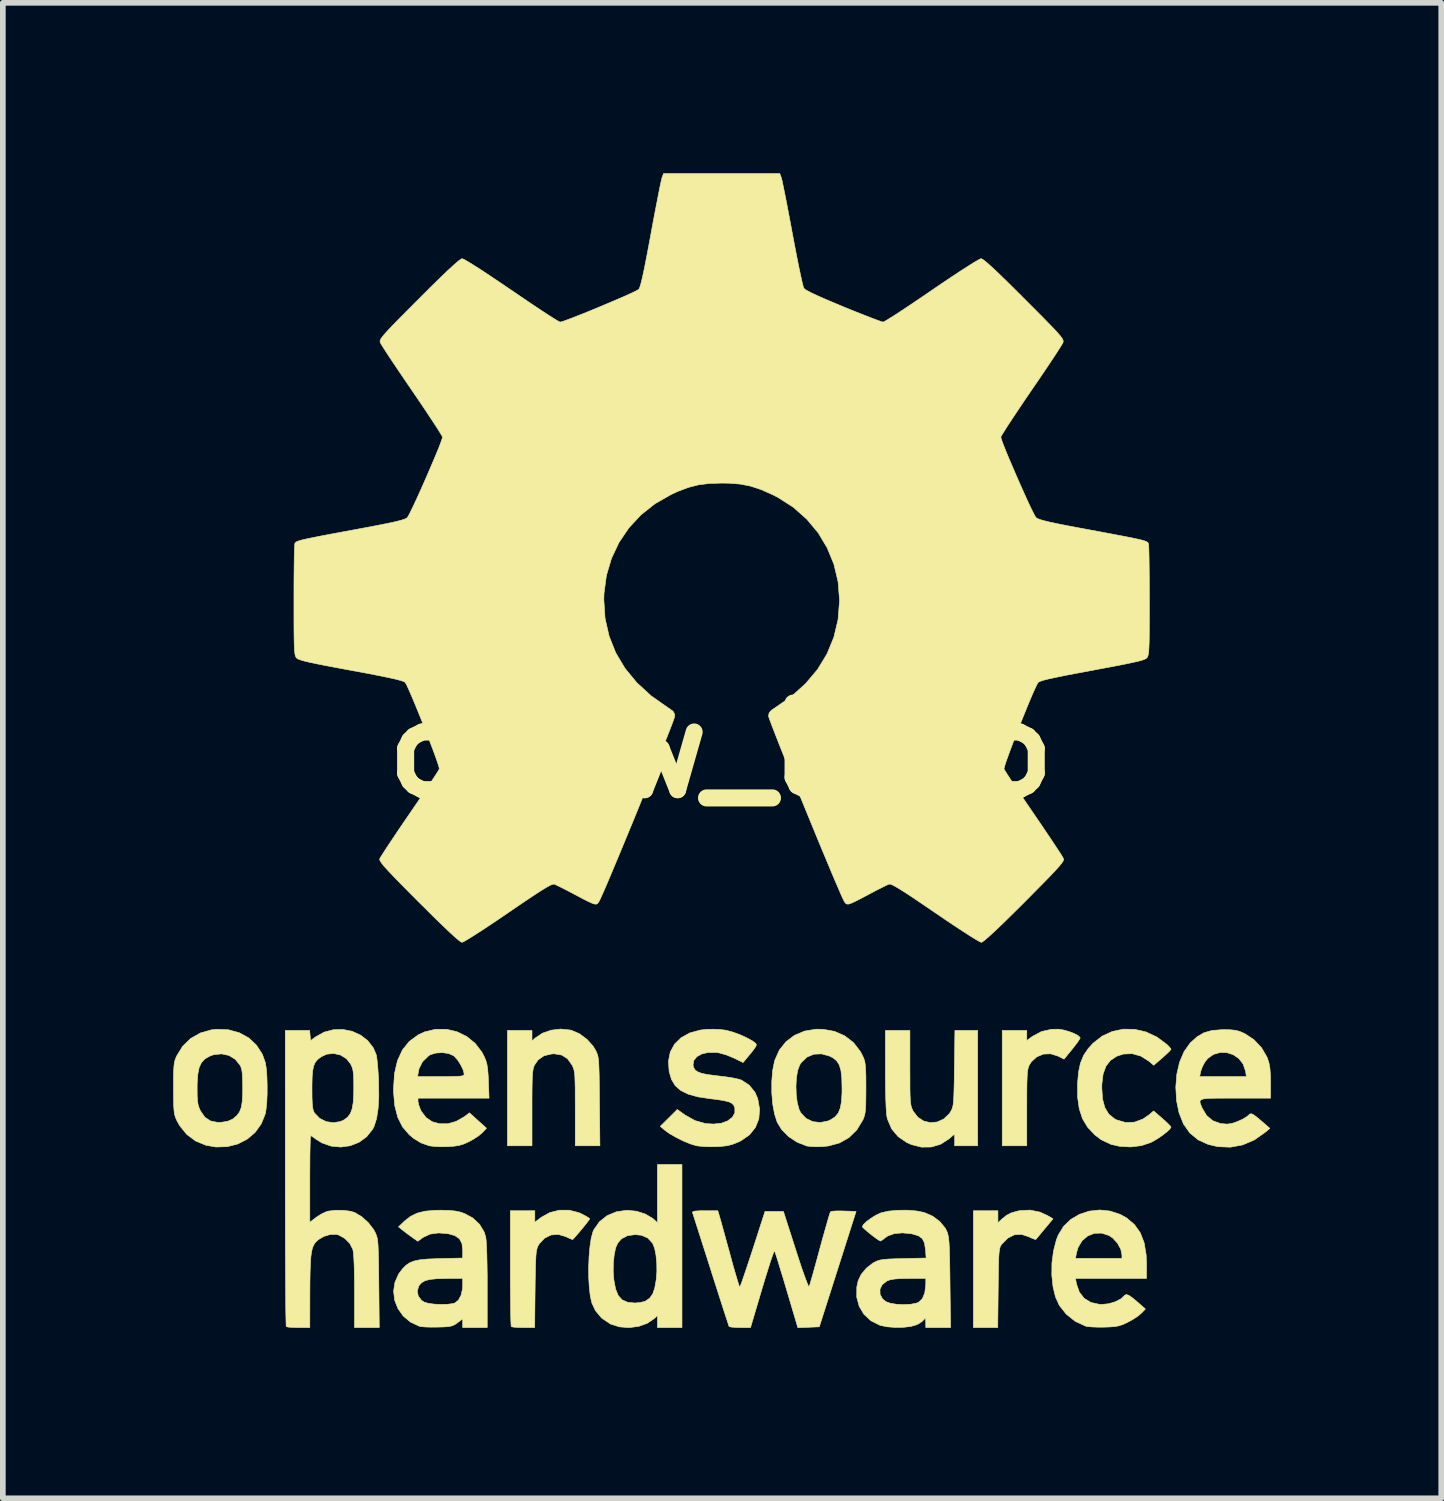
<source format=kicad_pcb>
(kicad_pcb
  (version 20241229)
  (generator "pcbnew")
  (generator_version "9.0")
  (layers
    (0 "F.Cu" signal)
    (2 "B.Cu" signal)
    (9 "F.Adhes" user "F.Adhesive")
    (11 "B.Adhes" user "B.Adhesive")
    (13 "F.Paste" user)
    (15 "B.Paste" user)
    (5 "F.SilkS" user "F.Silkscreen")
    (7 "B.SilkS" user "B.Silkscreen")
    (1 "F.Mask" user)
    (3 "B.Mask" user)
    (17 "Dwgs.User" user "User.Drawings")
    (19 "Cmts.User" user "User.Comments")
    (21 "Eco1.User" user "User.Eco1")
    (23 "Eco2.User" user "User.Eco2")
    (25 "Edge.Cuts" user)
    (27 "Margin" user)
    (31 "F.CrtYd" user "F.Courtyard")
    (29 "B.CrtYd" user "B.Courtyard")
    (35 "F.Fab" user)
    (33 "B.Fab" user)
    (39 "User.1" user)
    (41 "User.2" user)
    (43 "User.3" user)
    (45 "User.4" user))
  (footprint "oshw_logo"
    (layer "F.Cu")
    (at 9.644 10.165)
    (property "Reference" "oshw_logo" (at 0 0 0) (layer "F.SilkS") (effects (font (size 1.524 1.524) (thickness 0.3))))
    (attr through_hole)
    (fp_poly (pts (xy 6.038 4.922) (xy 6.132 4.949) (xy 6.22 4.983) (xy 6.287 5.019) (xy 6.322 5.052) (xy 6.325 5.06) (xy 6.309 5.091) (xy 6.269 5.15) (xy 6.21 5.226) (xy 6.183 5.261) (xy 6.041 5.434) (xy 5.937 5.381) (xy 5.807 5.34) (xy 5.679 5.345) (xy 5.562 5.393) (xy 5.466 5.48) (xy 5.429 5.539) (xy 5.416 5.571) (xy 5.405 5.611) (xy 5.397 5.666) (xy 5.392 5.742) (xy 5.388 5.845) (xy 5.386 5.982) (xy 5.385 6.16) (xy 5.385 6.293) (xy 5.385 6.96) (xy 4.953 6.96) (xy 4.953 4.928) (xy 5.385 4.928) (xy 5.385 5.106) (xy 5.485 5.033) (xy 5.644 4.948) (xy 5.822 4.908) (xy 5.951 4.907) (xy 6.038 4.922)) (stroke (width 0.01) (type solid)) (fill yes) (layer "F.SilkS"))
    (fp_poly (pts (xy 5.617 8.127) (xy 5.75 8.188) (xy 5.847 8.246) (xy 5.7 8.422) (xy 5.634 8.501) (xy 5.582 8.564) (xy 5.55 8.602) (xy 5.545 8.609) (xy 5.52 8.604) (xy 5.464 8.582) (xy 5.42 8.561) (xy 5.289 8.519) (xy 5.166 8.527) (xy 5.051 8.585) (xy 4.945 8.692) (xy 4.942 8.697) (xy 4.926 8.72) (xy 4.914 8.748) (xy 4.905 8.786) (xy 4.898 8.841) (xy 4.892 8.918) (xy 4.888 9.025) (xy 4.886 9.167) (xy 4.883 9.35) (xy 4.882 9.463) (xy 4.874 10.16) (xy 4.445 10.16) (xy 4.445 8.103) (xy 4.877 8.103) (xy 4.877 8.315) (xy 4.947 8.25) (xy 5.028 8.184) (xy 5.112 8.141) (xy 5.221 8.11) (xy 5.263 8.102) (xy 5.441 8.092) (xy 5.617 8.127)) (stroke (width 0.01) (type solid)) (fill yes) (layer "F.SilkS"))
    (fp_poly (pts (xy 3.327 5.584) (xy 3.328 5.784) (xy 3.328 5.94) (xy 3.33 6.059) (xy 3.334 6.148) (xy 3.34 6.213) (xy 3.349 6.261) (xy 3.361 6.298) (xy 3.376 6.333) (xy 3.385 6.35) (xy 3.467 6.457) (xy 3.57 6.524) (xy 3.687 6.552) (xy 3.806 6.541) (xy 3.92 6.49) (xy 4.017 6.399) (xy 4.05 6.35) (xy 4.066 6.32) (xy 4.078 6.285) (xy 4.088 6.241) (xy 4.095 6.179) (xy 4.1 6.093) (xy 4.104 5.977) (xy 4.108 5.824) (xy 4.11 5.628) (xy 4.111 5.594) (xy 4.12 4.928) (xy 4.521 4.928) (xy 4.521 6.96) (xy 4.115 6.96) (xy 4.115 6.752) (xy 4.013 6.839) (xy 3.867 6.933) (xy 3.704 6.981) (xy 3.53 6.983) (xy 3.353 6.938) (xy 3.272 6.902) (xy 3.119 6.797) (xy 3.006 6.662) (xy 2.935 6.497) (xy 2.923 6.451) (xy 2.915 6.387) (xy 2.908 6.279) (xy 2.902 6.134) (xy 2.898 5.96) (xy 2.896 5.762) (xy 2.896 5.625) (xy 2.896 4.928) (xy 3.327 4.928) (xy 3.327 5.584)) (stroke (width 0.01) (type solid)) (fill yes) (layer "F.SilkS"))
    (fp_poly (pts (xy -2.671 8.094) (xy -2.5 8.138) (xy -2.445 8.163) (xy -2.374 8.201) (xy -2.325 8.231) (xy -2.311 8.245) (xy -2.326 8.27) (xy -2.366 8.322) (xy -2.42 8.39) (xy -2.481 8.464) (xy -2.539 8.532) (xy -2.585 8.584) (xy -2.611 8.61) (xy -2.613 8.611) (xy -2.641 8.6) (xy -2.699 8.575) (xy -2.735 8.558) (xy -2.865 8.52) (xy -2.991 8.53) (xy -3.104 8.585) (xy -3.197 8.683) (xy -3.22 8.721) (xy -3.233 8.751) (xy -3.244 8.792) (xy -3.253 8.848) (xy -3.259 8.927) (xy -3.264 9.035) (xy -3.267 9.178) (xy -3.271 9.362) (xy -3.272 9.481) (xy -3.28 10.16) (xy -3.477 10.16) (xy -3.573 10.158) (xy -3.648 10.153) (xy -3.689 10.145) (xy -3.691 10.143) (xy -3.695 10.115) (xy -3.699 10.041) (xy -3.702 9.928) (xy -3.704 9.78) (xy -3.706 9.604) (xy -3.708 9.404) (xy -3.708 9.187) (xy -3.708 9.114) (xy -3.708 8.103) (xy -3.277 8.103) (xy -3.277 8.305) (xy -3.162 8.218) (xy -3.013 8.135) (xy -2.846 8.094) (xy -2.671 8.094)) (stroke (width 0.01) (type solid)) (fill yes) (layer "F.SilkS"))
    (fp_poly (pts (xy -2.655 4.921) (xy -2.627 4.928) (xy -2.488 4.989) (xy -2.357 5.087) (xy -2.25 5.207) (xy -2.21 5.273) (xy -2.192 5.309) (xy -2.178 5.343) (xy -2.167 5.382) (xy -2.158 5.432) (xy -2.152 5.499) (xy -2.148 5.588) (xy -2.144 5.707) (xy -2.142 5.86) (xy -2.14 6.055) (xy -2.139 6.179) (xy -2.131 6.96) (xy -2.565 6.96) (xy -2.565 6.305) (xy -2.566 6.104) (xy -2.566 5.948) (xy -2.569 5.829) (xy -2.572 5.74) (xy -2.578 5.675) (xy -2.587 5.626) (xy -2.599 5.587) (xy -2.615 5.551) (xy -2.623 5.536) (xy -2.701 5.427) (xy -2.803 5.362) (xy -2.932 5.34) (xy -2.98 5.342) (xy -3.115 5.374) (xy -3.218 5.446) (xy -3.283 5.539) (xy -3.297 5.571) (xy -3.307 5.611) (xy -3.315 5.666) (xy -3.321 5.742) (xy -3.324 5.845) (xy -3.326 5.982) (xy -3.327 6.16) (xy -3.327 6.293) (xy -3.327 6.96) (xy -3.759 6.96) (xy -3.759 4.928) (xy -3.327 4.928) (xy -3.327 5.114) (xy -3.27 5.062) (xy -3.143 4.977) (xy -2.989 4.924) (xy -2.821 4.904) (xy -2.655 4.921)) (stroke (width 0.01) (type solid)) (fill yes) (layer "F.SilkS"))
    (fp_poly (pts (xy 7.285 4.909) (xy 7.484 4.955) (xy 7.675 5.044) (xy 7.852 5.175) (xy 7.855 5.178) (xy 7.9 5.224) (xy 7.924 5.256) (xy 7.925 5.26) (xy 7.907 5.284) (xy 7.859 5.332) (xy 7.792 5.393) (xy 7.773 5.41) (xy 7.62 5.542) (xy 7.538 5.472) (xy 7.395 5.381) (xy 7.243 5.338) (xy 7.088 5.344) (xy 6.97 5.382) (xy 6.859 5.455) (xy 6.779 5.558) (xy 6.729 5.696) (xy 6.707 5.873) (xy 6.706 5.944) (xy 6.719 6.135) (xy 6.759 6.286) (xy 6.828 6.401) (xy 6.928 6.483) (xy 6.97 6.505) (xy 7.124 6.549) (xy 7.279 6.544) (xy 7.429 6.489) (xy 7.537 6.415) (xy 7.619 6.346) (xy 7.772 6.479) (xy 7.844 6.543) (xy 7.897 6.596) (xy 7.924 6.628) (xy 7.925 6.631) (xy 7.905 6.664) (xy 7.852 6.714) (xy 7.777 6.773) (xy 7.691 6.832) (xy 7.605 6.883) (xy 7.57 6.901) (xy 7.403 6.957) (xy 7.214 6.98) (xy 7.02 6.969) (xy 6.867 6.934) (xy 6.694 6.852) (xy 6.58 6.765) (xy 6.456 6.632) (xy 6.366 6.482) (xy 6.309 6.307) (xy 6.28 6.103) (xy 6.279 5.866) (xy 6.296 5.666) (xy 6.33 5.505) (xy 6.385 5.369) (xy 6.467 5.248) (xy 6.551 5.155) (xy 6.712 5.029) (xy 6.892 4.946) (xy 7.086 4.906) (xy 7.285 4.909)) (stroke (width 0.01) (type solid)) (fill yes) (layer "F.SilkS"))
    (fp_poly (pts (xy -0.686 10.16) (xy -1.118 10.16) (xy -1.118 9.948) (xy -1.175 10.002) (xy -1.299 10.086) (xy -1.452 10.14) (xy -1.619 10.161) (xy -1.786 10.148) (xy -1.94 10.1) (xy -1.951 10.094) (xy -2.099 9.994) (xy -2.21 9.862) (xy -2.272 9.729) (xy -2.3 9.608) (xy -2.318 9.455) (xy -2.328 9.281) (xy -2.329 9.175) (xy -1.897 9.175) (xy -1.885 9.323) (xy -1.855 9.482) (xy -1.808 9.597) (xy -1.74 9.672) (xy -1.645 9.714) (xy -1.518 9.728) (xy -1.516 9.728) (xy -1.426 9.72) (xy -1.345 9.701) (xy -1.323 9.691) (xy -1.253 9.641) (xy -1.201 9.568) (xy -1.165 9.462) (xy -1.14 9.322) (xy -1.128 9.176) (xy -1.13 9.026) (xy -1.144 8.883) (xy -1.168 8.763) (xy -1.202 8.678) (xy -1.205 8.673) (xy -1.288 8.584) (xy -1.398 8.535) (xy -1.511 8.524) (xy -1.647 8.542) (xy -1.752 8.598) (xy -1.818 8.674) (xy -1.854 8.757) (xy -1.879 8.878) (xy -1.894 9.021) (xy -1.897 9.175) (xy -2.329 9.175) (xy -2.329 9.096) (xy -2.322 8.912) (xy -2.307 8.74) (xy -2.285 8.592) (xy -2.255 8.477) (xy -2.239 8.439) (xy -2.139 8.297) (xy -2.005 8.19) (xy -1.843 8.122) (xy -1.659 8.095) (xy -1.651 8.095) (xy -1.485 8.112) (xy -1.33 8.162) (xy -1.2 8.239) (xy -1.175 8.261) (xy -1.118 8.315) (xy -1.118 7.29) (xy -0.686 7.29) (xy -0.686 10.16)) (stroke (width 0.01) (type solid)) (fill yes) (layer "F.SilkS"))
    (fp_poly (pts (xy 6.852 8.109) (xy 7.031 8.168) (xy 7.142 8.229) (xy 7.281 8.347) (xy 7.384 8.492) (xy 7.452 8.668) (xy 7.487 8.88) (xy 7.493 9.03) (xy 7.493 9.296) (xy 6.243 9.296) (xy 6.26 9.392) (xy 6.31 9.535) (xy 6.395 9.645) (xy 6.514 9.718) (xy 6.662 9.751) (xy 6.711 9.753) (xy 6.831 9.74) (xy 6.947 9.705) (xy 7.042 9.655) (xy 7.083 9.618) (xy 7.111 9.59) (xy 7.14 9.579) (xy 7.178 9.591) (xy 7.233 9.627) (xy 7.312 9.692) (xy 7.381 9.752) (xy 7.474 9.833) (xy 7.401 9.909) (xy 7.34 9.96) (xy 7.252 10.017) (xy 7.164 10.066) (xy 7.081 10.105) (xy 7.01 10.129) (xy 6.934 10.143) (xy 6.836 10.15) (xy 6.744 10.153) (xy 6.629 10.153) (xy 6.526 10.149) (xy 6.451 10.142) (xy 6.426 10.137) (xy 6.239 10.051) (xy 6.079 9.923) (xy 5.959 9.771) (xy 5.891 9.622) (xy 5.847 9.441) (xy 5.826 9.238) (xy 5.828 9.025) (xy 5.839 8.941) (xy 6.243 8.941) (xy 7.061 8.941) (xy 7.061 8.883) (xy 7.04 8.78) (xy 6.982 8.675) (xy 6.9 8.585) (xy 6.833 8.539) (xy 6.701 8.497) (xy 6.573 8.501) (xy 6.457 8.548) (xy 6.359 8.631) (xy 6.289 8.748) (xy 6.26 8.846) (xy 6.243 8.941) (xy 5.839 8.941) (xy 5.855 8.815) (xy 5.905 8.62) (xy 5.938 8.534) (xy 6.032 8.38) (xy 6.159 8.257) (xy 6.313 8.166) (xy 6.485 8.11) (xy 6.667 8.09) (xy 6.852 8.109)) (stroke (width 0.01) (type solid)) (fill yes) (layer "F.SilkS"))
    (fp_poly (pts (xy 1.792 4.908) (xy 1.998 4.944) (xy 2.18 5.024) (xy 2.334 5.143) (xy 2.456 5.301) (xy 2.498 5.382) (xy 2.518 5.429) (xy 2.533 5.479) (xy 2.542 5.539) (xy 2.548 5.619) (xy 2.552 5.728) (xy 2.553 5.875) (xy 2.553 5.944) (xy 2.552 6.108) (xy 2.55 6.231) (xy 2.545 6.321) (xy 2.537 6.387) (xy 2.524 6.44) (xy 2.507 6.487) (xy 2.498 6.506) (xy 2.392 6.68) (xy 2.254 6.815) (xy 2.086 6.91) (xy 1.89 6.963) (xy 1.786 6.974) (xy 1.679 6.976) (xy 1.583 6.972) (xy 1.516 6.964) (xy 1.511 6.963) (xy 1.342 6.897) (xy 1.19 6.797) (xy 1.067 6.671) (xy 0.99 6.544) (xy 0.944 6.401) (xy 0.912 6.225) (xy 0.895 6.029) (xy 0.895 5.906) (xy 1.321 5.906) (xy 1.326 6.059) (xy 1.344 6.201) (xy 1.376 6.319) (xy 1.406 6.38) (xy 1.498 6.477) (xy 1.616 6.534) (xy 1.748 6.55) (xy 1.884 6.523) (xy 1.933 6.501) (xy 2.009 6.451) (xy 2.064 6.386) (xy 2.101 6.298) (xy 2.123 6.179) (xy 2.132 6.021) (xy 2.132 5.944) (xy 2.128 5.768) (xy 2.113 5.635) (xy 2.084 5.536) (xy 2.037 5.463) (xy 1.971 5.41) (xy 1.915 5.381) (xy 1.771 5.341) (xy 1.635 5.347) (xy 1.515 5.398) (xy 1.416 5.492) (xy 1.388 5.534) (xy 1.352 5.629) (xy 1.33 5.758) (xy 1.321 5.906) (xy 0.895 5.906) (xy 0.895 5.828) (xy 0.91 5.639) (xy 0.942 5.475) (xy 0.949 5.452) (xy 1.029 5.273) (xy 1.147 5.126) (xy 1.296 5.014) (xy 1.473 4.94) (xy 1.673 4.907) (xy 1.792 4.908)) (stroke (width 0.01) (type solid)) (fill yes) (layer "F.SilkS"))
    (fp_poly (pts (xy -4.832 4.908) (xy -4.646 4.952) (xy -4.475 5.036) (xy -4.326 5.158) (xy -4.207 5.314) (xy -4.17 5.385) (xy -4.14 5.456) (xy -4.12 5.527) (xy -4.107 5.612) (xy -4.098 5.724) (xy -4.094 5.823) (xy -4.083 6.121) (xy -5.334 6.121) (xy -5.334 6.18) (xy -5.323 6.236) (xy -5.294 6.314) (xy -5.277 6.35) (xy -5.194 6.461) (xy -5.084 6.536) (xy -4.953 6.572) (xy -4.81 6.571) (xy -4.662 6.53) (xy -4.519 6.448) (xy -4.508 6.44) (xy -4.428 6.379) (xy -4.278 6.515) (xy -4.128 6.65) (xy -4.203 6.73) (xy -4.267 6.784) (xy -4.357 6.843) (xy -4.438 6.888) (xy -4.53 6.929) (xy -4.614 6.954) (xy -4.711 6.968) (xy -4.819 6.975) (xy -4.934 6.976) (xy -5.041 6.971) (xy -5.123 6.962) (xy -5.138 6.959) (xy -5.283 6.908) (xy -5.415 6.826) (xy -5.49 6.763) (xy -5.607 6.626) (xy -5.691 6.457) (xy -5.744 6.251) (xy -5.765 6.008) (xy -5.765 5.952) (xy -5.751 5.74) (xy -5.341 5.74) (xy -4.931 5.74) (xy -4.778 5.74) (xy -4.668 5.738) (xy -4.595 5.734) (xy -4.551 5.728) (xy -4.529 5.717) (xy -4.522 5.702) (xy -4.521 5.695) (xy -4.537 5.627) (xy -4.578 5.541) (xy -4.632 5.455) (xy -4.69 5.388) (xy -4.707 5.374) (xy -4.795 5.335) (xy -4.907 5.319) (xy -5.022 5.327) (xy -5.12 5.357) (xy -5.146 5.374) (xy -5.254 5.479) (xy -5.315 5.599) (xy -5.325 5.646) (xy -5.341 5.74) (xy -5.751 5.74) (xy -5.748 5.689) (xy -5.696 5.462) (xy -5.609 5.273) (xy -5.487 5.121) (xy -5.331 5.007) (xy -5.218 4.954) (xy -5.025 4.908) (xy -4.832 4.908)) (stroke (width 0.01) (type solid)) (fill yes) (layer "F.SilkS"))
    (fp_poly (pts (xy -8.671 4.917) (xy -8.481 4.969) (xy -8.315 5.06) (xy -8.179 5.187) (xy -8.076 5.346) (xy -8.022 5.494) (xy -8.006 5.593) (xy -7.995 5.729) (xy -7.99 5.885) (xy -7.99 6.046) (xy -7.997 6.198) (xy -8.01 6.325) (xy -8.022 6.394) (xy -8.093 6.572) (xy -8.201 6.723) (xy -8.342 6.843) (xy -8.508 6.928) (xy -8.693 6.975) (xy -8.892 6.981) (xy -9.069 6.95) (xy -9.249 6.876) (xy -9.405 6.76) (xy -9.53 6.606) (xy -9.586 6.504) (xy -9.605 6.457) (xy -9.62 6.407) (xy -9.629 6.346) (xy -9.635 6.265) (xy -9.638 6.154) (xy -9.639 6.005) (xy -9.639 5.947) (xy -9.223 5.947) (xy -9.222 6.078) (xy -9.216 6.171) (xy -9.205 6.241) (xy -9.185 6.3) (xy -9.165 6.344) (xy -9.088 6.455) (xy -8.989 6.522) (xy -8.863 6.548) (xy -8.794 6.546) (xy -8.683 6.527) (xy -8.598 6.49) (xy -8.59 6.485) (xy -8.524 6.428) (xy -8.477 6.365) (xy -8.446 6.286) (xy -8.429 6.182) (xy -8.421 6.043) (xy -8.42 5.944) (xy -8.422 5.799) (xy -8.427 5.695) (xy -8.437 5.622) (xy -8.453 5.569) (xy -8.464 5.546) (xy -8.55 5.438) (xy -8.662 5.369) (xy -8.793 5.341) (xy -8.933 5.356) (xy -9.001 5.381) (xy -9.085 5.429) (xy -9.146 5.493) (xy -9.187 5.58) (xy -9.211 5.699) (xy -9.222 5.856) (xy -9.223 5.947) (xy -9.639 5.947) (xy -9.639 5.944) (xy -9.639 5.779) (xy -9.637 5.657) (xy -9.632 5.566) (xy -9.624 5.5) (xy -9.611 5.447) (xy -9.593 5.4) (xy -9.585 5.382) (xy -9.479 5.208) (xy -9.338 5.071) (xy -9.168 4.974) (xy -8.972 4.918) (xy -8.879 4.908) (xy -8.671 4.917)) (stroke (width 0.01) (type solid)) (fill yes) (layer "F.SilkS"))
    (fp_poly (pts (xy 8.971 4.917) (xy 9.057 4.926) (xy 9.13 4.944) (xy 9.206 4.977) (xy 9.226 4.986) (xy 9.384 5.091) (xy 9.517 5.231) (xy 9.613 5.395) (xy 9.626 5.426) (xy 9.651 5.509) (xy 9.667 5.599) (xy 9.675 5.713) (xy 9.677 5.843) (xy 9.677 6.121) (xy 9.055 6.121) (xy 8.855 6.121) (xy 8.701 6.122) (xy 8.588 6.125) (xy 8.509 6.132) (xy 8.461 6.145) (xy 8.438 6.164) (xy 8.434 6.192) (xy 8.446 6.23) (xy 8.466 6.28) (xy 8.472 6.294) (xy 8.551 6.426) (xy 8.659 6.518) (xy 8.797 6.568) (xy 8.915 6.578) (xy 8.996 6.566) (xy 9.094 6.533) (xy 9.191 6.489) (xy 9.267 6.442) (xy 9.293 6.418) (xy 9.315 6.399) (xy 9.342 6.396) (xy 9.381 6.415) (xy 9.44 6.459) (xy 9.526 6.532) (xy 9.563 6.564) (xy 9.665 6.653) (xy 9.588 6.718) (xy 9.394 6.855) (xy 9.187 6.944) (xy 8.969 6.984) (xy 8.747 6.975) (xy 8.578 6.935) (xy 8.401 6.854) (xy 8.256 6.734) (xy 8.144 6.575) (xy 8.066 6.378) (xy 8.023 6.169) (xy 8.009 5.928) (xy 8.024 5.74) (xy 8.429 5.74) (xy 9.252 5.74) (xy 9.237 5.646) (xy 9.195 5.521) (xy 9.119 5.423) (xy 9.019 5.355) (xy 8.905 5.319) (xy 8.786 5.317) (xy 8.671 5.351) (xy 8.571 5.423) (xy 8.522 5.484) (xy 8.479 5.564) (xy 8.449 5.644) (xy 8.446 5.658) (xy 8.429 5.74) (xy 8.024 5.74) (xy 8.027 5.698) (xy 8.076 5.487) (xy 8.154 5.303) (xy 8.258 5.155) (xy 8.27 5.142) (xy 8.387 5.038) (xy 8.506 4.969) (xy 8.642 4.93) (xy 8.808 4.916) (xy 8.852 4.915) (xy 8.971 4.917)) (stroke (width 0.01) (type solid)) (fill yes) (layer "F.SilkS"))
    (fp_poly (pts (xy -4.785 8.098) (xy -4.678 8.108) (xy -4.588 8.127) (xy -4.516 8.152) (xy -4.369 8.231) (xy -4.25 8.343) (xy -4.169 8.477) (xy -4.142 8.563) (xy -4.134 8.625) (xy -4.128 8.731) (xy -4.122 8.874) (xy -4.118 9.048) (xy -4.115 9.245) (xy -4.115 9.425) (xy -4.115 10.16) (xy -4.547 10.16) (xy -4.547 10.005) (xy -4.639 10.076) (xy -4.686 10.108) (xy -4.731 10.129) (xy -4.789 10.142) (xy -4.871 10.149) (xy -4.988 10.152) (xy -5.105 10.153) (xy -5.208 10.15) (xy -5.283 10.143) (xy -5.309 10.138) (xy -5.468 10.063) (xy -5.595 9.956) (xy -5.688 9.825) (xy -5.745 9.679) (xy -5.763 9.523) (xy -5.763 9.518) (xy -5.347 9.518) (xy -5.329 9.607) (xy -5.271 9.682) (xy -5.225 9.712) (xy -5.151 9.734) (xy -5.045 9.748) (xy -4.925 9.753) (xy -4.809 9.75) (xy -4.715 9.737) (xy -4.687 9.728) (xy -4.623 9.679) (xy -4.575 9.59) (xy -4.55 9.474) (xy -4.547 9.412) (xy -4.547 9.296) (xy -4.831 9.296) (xy -4.997 9.3) (xy -5.121 9.312) (xy -5.21 9.335) (xy -5.272 9.371) (xy -5.316 9.421) (xy -5.32 9.428) (xy -5.347 9.518) (xy -5.763 9.518) (xy -5.741 9.367) (xy -5.676 9.218) (xy -5.604 9.122) (xy -5.544 9.063) (xy -5.479 9.019) (xy -5.401 8.988) (xy -5.301 8.967) (xy -5.17 8.954) (xy -5 8.947) (xy -4.947 8.945) (xy -4.547 8.936) (xy -4.547 8.8) (xy -4.56 8.681) (xy -4.604 8.597) (xy -4.685 8.541) (xy -4.801 8.508) (xy -4.971 8.494) (xy -5.122 8.515) (xy -5.244 8.572) (xy -5.253 8.578) (xy -5.337 8.641) (xy -5.431 8.575) (xy -5.51 8.518) (xy -5.587 8.459) (xy -5.601 8.448) (xy -5.677 8.387) (xy -5.571 8.285) (xy -5.467 8.203) (xy -5.35 8.146) (xy -5.21 8.111) (xy -5.037 8.096) (xy -4.928 8.094) (xy -4.785 8.098)) (stroke (width 0.01) (type solid)) (fill yes) (layer "F.SilkS"))
    (fp_poly (pts (xy -0.006 4.913) (xy 0.088 4.925) (xy 0.201 4.955) (xy 0.329 5.001) (xy 0.453 5.057) (xy 0.556 5.114) (xy 0.594 5.141) (xy 0.615 5.16) (xy 0.624 5.178) (xy 0.617 5.205) (xy 0.59 5.247) (xy 0.539 5.313) (xy 0.459 5.41) (xy 0.451 5.42) (xy 0.39 5.494) (xy 0.225 5.413) (xy 0.096 5.36) (xy -0.032 5.324) (xy -0.084 5.316) (xy -0.222 5.316) (xy -0.337 5.342) (xy -0.425 5.391) (xy -0.478 5.458) (xy -0.491 5.538) (xy -0.481 5.58) (xy -0.456 5.623) (xy -0.413 5.656) (xy -0.345 5.683) (xy -0.244 5.704) (xy -0.103 5.723) (xy -0.032 5.731) (xy 0.097 5.747) (xy 0.215 5.766) (xy 0.31 5.786) (xy 0.364 5.804) (xy 0.498 5.893) (xy 0.598 6.015) (xy 0.648 6.129) (xy 0.681 6.316) (xy 0.667 6.486) (xy 0.607 6.637) (xy 0.503 6.766) (xy 0.354 6.87) (xy 0.301 6.896) (xy 0.204 6.934) (xy 0.112 6.958) (xy 0.003 6.97) (xy -0.088 6.975) (xy -0.207 6.976) (xy -0.321 6.971) (xy -0.411 6.962) (xy -0.43 6.959) (xy -0.536 6.927) (xy -0.663 6.875) (xy -0.793 6.81) (xy -0.909 6.743) (xy -0.985 6.688) (xy -1.068 6.617) (xy -0.918 6.468) (xy -0.769 6.32) (xy -0.638 6.414) (xy -0.46 6.515) (xy -0.272 6.568) (xy -0.129 6.577) (xy 0.008 6.562) (xy 0.121 6.52) (xy 0.202 6.457) (xy 0.245 6.379) (xy 0.245 6.292) (xy 0.226 6.246) (xy 0.192 6.211) (xy 0.134 6.184) (xy 0.045 6.163) (xy -0.082 6.143) (xy -0.188 6.131) (xy -0.404 6.098) (xy -0.576 6.051) (xy -0.708 5.986) (xy -0.805 5.901) (xy -0.871 5.791) (xy -0.911 5.654) (xy -0.912 5.651) (xy -0.924 5.469) (xy -0.892 5.308) (xy -0.816 5.169) (xy -0.702 5.057) (xy -0.55 4.973) (xy -0.364 4.922) (xy -0.254 4.909) (xy -0.133 4.907) (xy -0.006 4.913)) (stroke (width 0.01) (type solid)) (fill yes) (layer "F.SilkS"))
    (fp_poly (pts (xy -0.017 8.231) (xy 0.001 8.294) (xy 0.029 8.396) (xy 0.066 8.529) (xy 0.108 8.683) (xy 0.154 8.848) (xy 0.169 8.904) (xy 0.212 9.062) (xy 0.252 9.201) (xy 0.286 9.316) (xy 0.312 9.399) (xy 0.327 9.443) (xy 0.331 9.449) (xy 0.342 9.426) (xy 0.367 9.36) (xy 0.402 9.259) (xy 0.447 9.127) (xy 0.498 8.972) (xy 0.555 8.8) (xy 0.561 8.782) (xy 0.776 8.115) (xy 1.1 8.115) (xy 1.318 8.794) (xy 1.374 8.968) (xy 1.426 9.124) (xy 1.472 9.254) (xy 1.51 9.355) (xy 1.537 9.42) (xy 1.551 9.443) (xy 1.552 9.442) (xy 1.563 9.41) (xy 1.585 9.336) (xy 1.617 9.226) (xy 1.655 9.088) (xy 1.699 8.928) (xy 1.74 8.776) (xy 1.787 8.604) (xy 1.831 8.448) (xy 1.869 8.315) (xy 1.899 8.211) (xy 1.92 8.144) (xy 1.93 8.121) (xy 1.962 8.112) (xy 2.032 8.107) (xy 2.126 8.107) (xy 2.164 8.108) (xy 2.38 8.115) (xy 2.056 9.131) (xy 1.732 10.147) (xy 1.543 10.155) (xy 1.354 10.162) (xy 1.156 9.494) (xy 1.104 9.318) (xy 1.055 9.159) (xy 1.013 9.021) (xy 0.979 8.913) (xy 0.955 8.84) (xy 0.943 8.809) (xy 0.943 8.809) (xy 0.932 8.828) (xy 0.909 8.889) (xy 0.875 8.987) (xy 0.834 9.117) (xy 0.786 9.271) (xy 0.733 9.444) (xy 0.724 9.475) (xy 0.521 10.16) (xy 0.338 10.16) (xy 0.247 10.157) (xy 0.178 10.151) (xy 0.145 10.142) (xy 0.144 10.141) (xy 0.134 10.113) (xy 0.111 10.043) (xy 0.075 9.934) (xy 0.029 9.792) (xy -0.025 9.623) (xy -0.086 9.432) (xy -0.153 9.224) (xy -0.178 9.144) (xy -0.246 8.93) (xy -0.31 8.731) (xy -0.367 8.552) (xy -0.416 8.398) (xy -0.456 8.274) (xy -0.484 8.186) (xy -0.499 8.14) (xy -0.501 8.134) (xy -0.494 8.119) (xy -0.454 8.109) (xy -0.375 8.104) (xy -0.284 8.103) (xy -0.055 8.103) (xy -0.017 8.231)) (stroke (width 0.01) (type solid)) (fill yes) (layer "F.SilkS"))
    (fp_poly (pts (xy 3.443 8.107) (xy 3.579 8.134) (xy 3.582 8.135) (xy 3.728 8.199) (xy 3.855 8.295) (xy 3.95 8.41) (xy 3.977 8.464) (xy 3.991 8.5) (xy 4.001 8.543) (xy 4.01 8.599) (xy 4.017 8.673) (xy 4.022 8.773) (xy 4.026 8.903) (xy 4.029 9.071) (xy 4.032 9.281) (xy 4.033 9.366) (xy 4.043 10.16) (xy 3.607 10.16) (xy 3.606 10.065) (xy 3.603 10.007) (xy 3.595 9.994) (xy 3.578 10.016) (xy 3.539 10.055) (xy 3.473 10.098) (xy 3.445 10.111) (xy 3.346 10.14) (xy 3.214 10.156) (xy 3.07 10.158) (xy 2.929 10.147) (xy 2.81 10.123) (xy 2.795 10.118) (xy 2.639 10.039) (xy 2.518 9.926) (xy 2.434 9.786) (xy 2.391 9.625) (xy 2.392 9.486) (xy 2.8 9.486) (xy 2.802 9.574) (xy 2.845 9.655) (xy 2.903 9.703) (xy 2.981 9.732) (xy 3.092 9.75) (xy 3.217 9.756) (xy 3.338 9.75) (xy 3.44 9.731) (xy 3.48 9.715) (xy 3.546 9.653) (xy 3.589 9.55) (xy 3.606 9.412) (xy 3.607 9.392) (xy 3.607 9.296) (xy 3.308 9.296) (xy 3.165 9.298) (xy 3.062 9.305) (xy 2.987 9.317) (xy 2.931 9.336) (xy 2.921 9.341) (xy 2.84 9.405) (xy 2.8 9.486) (xy 2.392 9.486) (xy 2.392 9.448) (xy 2.415 9.34) (xy 2.469 9.225) (xy 2.56 9.115) (xy 2.675 9.025) (xy 2.703 9.01) (xy 2.748 8.988) (xy 2.798 8.972) (xy 2.861 8.962) (xy 2.948 8.954) (xy 3.068 8.949) (xy 3.21 8.945) (xy 3.613 8.936) (xy 3.602 8.785) (xy 3.584 8.67) (xy 3.545 8.593) (xy 3.475 8.543) (xy 3.365 8.511) (xy 3.353 8.508) (xy 3.195 8.493) (xy 3.053 8.506) (xy 2.938 8.547) (xy 2.897 8.575) (xy 2.846 8.615) (xy 2.811 8.635) (xy 2.807 8.636) (xy 2.778 8.621) (xy 2.723 8.583) (xy 2.655 8.532) (xy 2.586 8.476) (xy 2.528 8.426) (xy 2.494 8.392) (xy 2.489 8.383) (xy 2.51 8.345) (xy 2.564 8.293) (xy 2.64 8.237) (xy 2.724 8.184) (xy 2.805 8.146) (xy 2.822 8.139) (xy 2.951 8.11) (xy 3.11 8.095) (xy 3.281 8.094) (xy 3.443 8.107)) (stroke (width 0.01) (type solid)) (fill yes) (layer "F.SilkS"))
    (fp_poly (pts (xy -6.496 4.943) (xy -6.347 5.01) (xy -6.22 5.107) (xy -6.121 5.235) (xy -6.069 5.357) (xy -6.059 5.415) (xy -6.048 5.512) (xy -6.038 5.636) (xy -6.03 5.774) (xy -6.028 5.817) (xy -6.024 6.082) (xy -6.036 6.301) (xy -6.063 6.479) (xy -6.107 6.617) (xy -6.134 6.67) (xy -6.239 6.801) (xy -6.373 6.898) (xy -6.528 6.959) (xy -6.694 6.982) (xy -6.862 6.966) (xy -7.023 6.91) (xy -7.128 6.845) (xy -7.183 6.805) (xy -7.219 6.783) (xy -7.225 6.782) (xy -7.228 6.806) (xy -7.231 6.875) (xy -7.234 6.982) (xy -7.237 7.122) (xy -7.238 7.287) (xy -7.239 7.473) (xy -7.239 7.544) (xy -7.239 8.305) (xy -7.124 8.218) (xy -7.041 8.164) (xy -6.955 8.123) (xy -6.915 8.11) (xy -6.787 8.095) (xy -6.65 8.096) (xy -6.524 8.112) (xy -6.448 8.135) (xy -6.327 8.207) (xy -6.211 8.311) (xy -6.117 8.432) (xy -6.091 8.479) (xy -6.075 8.514) (xy -6.061 8.55) (xy -6.051 8.591) (xy -6.043 8.645) (xy -6.037 8.718) (xy -6.033 8.815) (xy -6.03 8.943) (xy -6.027 9.108) (xy -6.025 9.315) (xy -6.024 9.379) (xy -6.016 10.16) (xy -6.452 10.16) (xy -6.452 9.522) (xy -6.453 9.282) (xy -6.457 9.086) (xy -6.464 8.935) (xy -6.473 8.831) (xy -6.481 8.784) (xy -6.536 8.678) (xy -6.625 8.589) (xy -6.732 8.53) (xy -6.772 8.52) (xy -6.877 8.521) (xy -6.991 8.555) (xy -7.092 8.614) (xy -7.144 8.665) (xy -7.171 8.708) (xy -7.193 8.761) (xy -7.209 8.83) (xy -7.221 8.92) (xy -7.229 9.038) (xy -7.234 9.19) (xy -7.237 9.383) (xy -7.238 9.557) (xy -7.239 10.16) (xy -7.438 10.16) (xy -7.534 10.158) (xy -7.61 10.153) (xy -7.651 10.145) (xy -7.654 10.143) (xy -7.656 10.116) (xy -7.658 10.041) (xy -7.661 9.923) (xy -7.663 9.763) (xy -7.664 9.567) (xy -7.666 9.336) (xy -7.667 9.076) (xy -7.669 8.788) (xy -7.67 8.476) (xy -7.67 8.144) (xy -7.671 7.796) (xy -7.671 7.527) (xy -7.671 5.957) (xy -7.201 5.957) (xy -7.2 6.105) (xy -7.196 6.212) (xy -7.189 6.286) (xy -7.178 6.337) (xy -7.161 6.375) (xy -7.155 6.384) (xy -7.066 6.476) (xy -6.952 6.534) (xy -6.824 6.553) (xy -6.698 6.532) (xy -6.634 6.502) (xy -6.57 6.453) (xy -6.524 6.39) (xy -6.493 6.306) (xy -6.474 6.192) (xy -6.466 6.039) (xy -6.465 5.944) (xy -6.466 5.804) (xy -6.47 5.704) (xy -6.479 5.631) (xy -6.494 5.576) (xy -6.517 5.525) (xy -6.517 5.524) (xy -6.594 5.426) (xy -6.699 5.361) (xy -6.82 5.334) (xy -6.943 5.347) (xy -7.038 5.392) (xy -7.098 5.437) (xy -7.141 5.487) (xy -7.17 5.55) (xy -7.188 5.635) (xy -7.198 5.751) (xy -7.201 5.906) (xy -7.201 5.957) (xy -7.671 5.957) (xy -7.671 4.928) (xy -7.242 4.928) (xy -7.234 5.018) (xy -7.226 5.108) (xy -7.14 5.044) (xy -6.988 4.959) (xy -6.825 4.916) (xy -6.658 4.911) (xy -6.496 4.943)) (stroke (width 0.01) (type solid)) (fill yes) (layer "F.SilkS"))
    (fp_poly (pts (xy 1.062 -10.09) (xy 1.073 -10.05) (xy 1.091 -9.965) (xy 1.116 -9.843) (xy 1.147 -9.689) (xy 1.181 -9.51) (xy 1.219 -9.311) (xy 1.257 -9.106) (xy 1.297 -8.895) (xy 1.335 -8.698) (xy 1.37 -8.522) (xy 1.402 -8.371) (xy 1.428 -8.253) (xy 1.448 -8.174) (xy 1.46 -8.138) (xy 1.498 -8.109) (xy 1.583 -8.063) (xy 1.716 -8.001) (xy 1.897 -7.922) (xy 2.126 -7.826) (xy 2.154 -7.814) (xy 2.327 -7.744) (xy 2.487 -7.68) (xy 2.625 -7.626) (xy 2.737 -7.584) (xy 2.815 -7.555) (xy 2.854 -7.544) (xy 2.856 -7.544) (xy 2.886 -7.558) (xy 2.952 -7.598) (xy 3.051 -7.66) (xy 3.177 -7.742) (xy 3.326 -7.841) (xy 3.492 -7.953) (xy 3.672 -8.075) (xy 3.712 -8.103) (xy 3.896 -8.228) (xy 4.067 -8.343) (xy 4.222 -8.445) (xy 4.356 -8.531) (xy 4.463 -8.598) (xy 4.539 -8.642) (xy 4.578 -8.661) (xy 4.581 -8.661) (xy 4.611 -8.647) (xy 4.667 -8.604) (xy 4.751 -8.53) (xy 4.865 -8.424) (xy 5.009 -8.285) (xy 5.185 -8.111) (xy 5.342 -7.954) (xy 5.52 -7.776) (xy 5.665 -7.63) (xy 5.78 -7.512) (xy 5.869 -7.42) (xy 5.934 -7.349) (xy 5.98 -7.295) (xy 6.008 -7.256) (xy 6.023 -7.227) (xy 6.027 -7.205) (xy 6.024 -7.187) (xy 6.022 -7.182) (xy 6.002 -7.146) (xy 5.957 -7.074) (xy 5.89 -6.97) (xy 5.804 -6.84) (xy 5.702 -6.688) (xy 5.589 -6.521) (xy 5.466 -6.342) (xy 5.462 -6.336) (xy 5.341 -6.158) (xy 5.23 -5.993) (xy 5.131 -5.844) (xy 5.048 -5.718) (xy 4.985 -5.618) (xy 4.943 -5.551) (xy 4.928 -5.52) (xy 4.928 -5.519) (xy 4.938 -5.48) (xy 4.966 -5.402) (xy 5.009 -5.293) (xy 5.064 -5.159) (xy 5.128 -5.01) (xy 5.196 -4.851) (xy 5.267 -4.69) (xy 5.336 -4.535) (xy 5.401 -4.392) (xy 5.458 -4.27) (xy 5.505 -4.176) (xy 5.537 -4.117) (xy 5.548 -4.101) (xy 5.573 -4.085) (xy 5.616 -4.068) (xy 5.683 -4.048) (xy 5.777 -4.025) (xy 5.903 -3.998) (xy 6.067 -3.965) (xy 6.272 -3.926) (xy 6.466 -3.89) (xy 6.721 -3.843) (xy 6.931 -3.803) (xy 7.101 -3.771) (xy 7.234 -3.745) (xy 7.335 -3.723) (xy 7.409 -3.706) (xy 7.46 -3.691) (xy 7.493 -3.678) (xy 7.513 -3.666) (xy 7.524 -3.653) (xy 7.528 -3.643) (xy 7.532 -3.609) (xy 7.535 -3.53) (xy 7.538 -3.412) (xy 7.54 -3.261) (xy 7.542 -3.083) (xy 7.543 -2.883) (xy 7.544 -2.667) (xy 7.544 -2.642) (xy 7.544 -2.394) (xy 7.543 -2.192) (xy 7.542 -2.031) (xy 7.54 -1.906) (xy 7.536 -1.811) (xy 7.532 -1.743) (xy 7.525 -1.695) (xy 7.517 -1.663) (xy 7.507 -1.642) (xy 7.499 -1.631) (xy 7.48 -1.616) (xy 7.443 -1.6) (xy 7.386 -1.582) (xy 7.303 -1.562) (xy 7.19 -1.537) (xy 7.042 -1.507) (xy 6.854 -1.471) (xy 6.623 -1.428) (xy 6.541 -1.412) (xy 6.283 -1.364) (xy 6.071 -1.324) (xy 5.902 -1.289) (xy 5.773 -1.261) (xy 5.68 -1.238) (xy 5.62 -1.218) (xy 5.589 -1.203) (xy 5.586 -1.2) (xy 5.564 -1.163) (xy 5.528 -1.087) (xy 5.48 -0.979) (xy 5.424 -0.846) (xy 5.362 -0.694) (xy 5.296 -0.532) (xy 5.231 -0.365) (xy 5.167 -0.202) (xy 5.109 -0.048) (xy 5.059 0.088) (xy 5.019 0.199) (xy 4.994 0.28) (xy 4.984 0.321) (xy 4.984 0.324) (xy 5.001 0.355) (xy 5.043 0.422) (xy 5.108 0.521) (xy 5.191 0.647) (xy 5.29 0.794) (xy 5.401 0.957) (xy 5.506 1.111) (xy 5.625 1.285) (xy 5.735 1.448) (xy 5.833 1.594) (xy 5.915 1.718) (xy 5.979 1.815) (xy 6.019 1.881) (xy 6.033 1.907) (xy 6.033 1.926) (xy 6.021 1.953) (xy 5.993 1.992) (xy 5.948 2.047) (xy 5.881 2.121) (xy 5.79 2.217) (xy 5.672 2.338) (xy 5.524 2.488) (xy 5.344 2.67) (xy 5.138 2.874) (xy 4.964 3.045) (xy 4.821 3.181) (xy 4.711 3.282) (xy 4.634 3.348) (xy 4.591 3.377) (xy 4.585 3.378) (xy 4.553 3.364) (xy 4.484 3.324) (xy 4.383 3.262) (xy 4.256 3.18) (xy 4.108 3.083) (xy 3.943 2.972) (xy 3.774 2.857) (xy 3.564 2.714) (xy 3.393 2.598) (xy 3.255 2.507) (xy 3.148 2.44) (xy 3.069 2.393) (xy 3.013 2.364) (xy 2.977 2.352) (xy 2.961 2.352) (xy 2.92 2.37) (xy 2.844 2.407) (xy 2.743 2.458) (xy 2.629 2.518) (xy 2.607 2.53) (xy 2.467 2.604) (xy 2.366 2.656) (xy 2.294 2.689) (xy 2.247 2.704) (xy 2.216 2.703) (xy 2.195 2.69) (xy 2.176 2.665) (xy 2.174 2.662) (xy 2.154 2.622) (xy 2.116 2.54) (xy 2.065 2.421) (xy 2 2.271) (xy 1.925 2.093) (xy 1.842 1.893) (xy 1.751 1.676) (xy 1.656 1.445) (xy 1.558 1.206) (xy 1.459 0.964) (xy 1.36 0.723) (xy 1.265 0.488) (xy 1.175 0.264) (xy 1.091 0.055) (xy 1.016 -0.134) (xy 0.952 -0.298) (xy 0.9 -0.432) (xy 0.863 -0.531) (xy 0.842 -0.592) (xy 0.838 -0.608) (xy 0.849 -0.664) (xy 0.889 -0.71) (xy 0.933 -0.739) (xy 1.234 -0.947) (xy 1.49 -1.177) (xy 1.702 -1.429) (xy 1.868 -1.702) (xy 1.988 -1.994) (xy 2.062 -2.304) (xy 2.088 -2.632) (xy 2.088 -2.654) (xy 2.062 -2.975) (xy 1.989 -3.281) (xy 1.871 -3.568) (xy 1.712 -3.834) (xy 1.512 -4.073) (xy 1.276 -4.282) (xy 1.005 -4.456) (xy 0.905 -4.507) (xy 0.705 -4.595) (xy 0.523 -4.655) (xy 0.342 -4.691) (xy 0.142 -4.707) (xy 0.013 -4.709) (xy -0.207 -4.702) (xy -0.397 -4.678) (xy -0.576 -4.632) (xy -0.763 -4.561) (xy -0.879 -4.507) (xy -1.162 -4.345) (xy -1.41 -4.148) (xy -1.622 -3.919) (xy -1.796 -3.662) (xy -1.928 -3.381) (xy -2.017 -3.081) (xy -2.059 -2.765) (xy -2.062 -2.654) (xy -2.04 -2.325) (xy -1.969 -2.014) (xy -1.852 -1.72) (xy -1.689 -1.447) (xy -1.48 -1.193) (xy -1.227 -0.961) (xy -0.929 -0.752) (xy -0.908 -0.739) (xy -0.844 -0.692) (xy -0.817 -0.644) (xy -0.813 -0.608) (xy -0.822 -0.574) (xy -0.849 -0.498) (xy -0.892 -0.385) (xy -0.949 -0.24) (xy -1.018 -0.066) (xy -1.096 0.131) (xy -1.182 0.346) (xy -1.275 0.575) (xy -1.372 0.813) (xy -1.47 1.055) (xy -1.569 1.297) (xy -1.667 1.533) (xy -1.76 1.759) (xy -1.849 1.971) (xy -1.929 2.163) (xy -2 2.331) (xy -2.06 2.47) (xy -2.107 2.575) (xy -2.138 2.642) (xy -2.149 2.662) (xy -2.168 2.688) (xy -2.188 2.703) (xy -2.218 2.705) (xy -2.264 2.691) (xy -2.332 2.66) (xy -2.431 2.61) (xy -2.567 2.538) (xy -2.582 2.53) (xy -2.698 2.469) (xy -2.801 2.416) (xy -2.883 2.376) (xy -2.931 2.354) (xy -2.936 2.352) (xy -2.96 2.354) (xy -3.001 2.37) (xy -3.063 2.404) (xy -3.15 2.456) (xy -3.265 2.53) (xy -3.412 2.628) (xy -3.594 2.751) (xy -3.749 2.857) (xy -3.925 2.977) (xy -4.089 3.087) (xy -4.237 3.184) (xy -4.363 3.265) (xy -4.462 3.326) (xy -4.529 3.365) (xy -4.56 3.378) (xy -4.593 3.36) (xy -4.66 3.305) (xy -4.761 3.214) (xy -4.894 3.087) (xy -5.06 2.927) (xy -5.256 2.731) (xy -5.318 2.67) (xy -5.5 2.487) (xy -5.648 2.337) (xy -5.766 2.216) (xy -5.856 2.12) (xy -5.923 2.047) (xy -5.968 1.992) (xy -5.995 1.953) (xy -6.008 1.926) (xy -6.008 1.907) (xy -5.99 1.874) (xy -5.946 1.805) (xy -5.881 1.704) (xy -5.796 1.576) (xy -5.697 1.428) (xy -5.585 1.263) (xy -5.481 1.111) (xy -5.362 0.937) (xy -5.252 0.775) (xy -5.155 0.631) (xy -5.074 0.508) (xy -5.012 0.413) (xy -4.972 0.349) (xy -4.959 0.324) (xy -4.965 0.29) (xy -4.988 0.216) (xy -5.025 0.11) (xy -5.074 -0.023) (xy -5.131 -0.173) (xy -5.194 -0.336) (xy -5.259 -0.502) (xy -5.325 -0.666) (xy -5.388 -0.82) (xy -5.446 -0.957) (xy -5.495 -1.07) (xy -5.533 -1.153) (xy -5.558 -1.197) (xy -5.56 -1.2) (xy -5.586 -1.215) (xy -5.64 -1.233) (xy -5.726 -1.256) (xy -5.848 -1.283) (xy -6.008 -1.316) (xy -6.211 -1.356) (xy -6.46 -1.402) (xy -6.516 -1.412) (xy -6.762 -1.458) (xy -6.962 -1.496) (xy -7.122 -1.528) (xy -7.246 -1.554) (xy -7.338 -1.576) (xy -7.402 -1.595) (xy -7.445 -1.611) (xy -7.469 -1.627) (xy -7.474 -1.631) (xy -7.485 -1.648) (xy -7.495 -1.672) (xy -7.502 -1.708) (xy -7.508 -1.763) (xy -7.512 -1.839) (xy -7.515 -1.943) (xy -7.517 -2.08) (xy -7.518 -2.254) (xy -7.518 -2.47) (xy -7.518 -2.642) (xy -7.518 -2.86) (xy -7.517 -3.062) (xy -7.515 -3.243) (xy -7.513 -3.397) (xy -7.51 -3.519) (xy -7.507 -3.602) (xy -7.503 -3.641) (xy -7.503 -3.643) (xy -7.496 -3.656) (xy -7.484 -3.669) (xy -7.462 -3.681) (xy -7.425 -3.694) (xy -7.368 -3.71) (xy -7.289 -3.728) (xy -7.181 -3.75) (xy -7.04 -3.778) (xy -6.862 -3.812) (xy -6.641 -3.853) (xy -6.441 -3.89) (xy -6.199 -3.935) (xy -6.003 -3.973) (xy -5.848 -4.004) (xy -5.729 -4.03) (xy -5.641 -4.052) (xy -5.58 -4.071) (xy -5.541 -4.088) (xy -5.523 -4.101) (xy -5.501 -4.135) (xy -5.463 -4.209) (xy -5.412 -4.315) (xy -5.351 -4.446) (xy -5.284 -4.594) (xy -5.214 -4.752) (xy -5.144 -4.913) (xy -5.077 -5.07) (xy -5.016 -5.214) (xy -4.965 -5.338) (xy -4.928 -5.436) (xy -4.906 -5.5) (xy -4.902 -5.519) (xy -4.916 -5.547) (xy -4.956 -5.613) (xy -5.018 -5.711) (xy -5.1 -5.835) (xy -5.197 -5.982) (xy -5.308 -6.147) (xy -5.429 -6.324) (xy -5.437 -6.336) (xy -5.559 -6.515) (xy -5.673 -6.683) (xy -5.775 -6.835) (xy -5.862 -6.966) (xy -5.93 -7.071) (xy -5.976 -7.144) (xy -5.997 -7.181) (xy -5.997 -7.182) (xy -6.002 -7.2) (xy -6 -7.22) (xy -5.989 -7.247) (xy -5.964 -7.282) (xy -5.924 -7.331) (xy -5.865 -7.397) (xy -5.783 -7.483) (xy -5.676 -7.593) (xy -5.54 -7.73) (xy -5.372 -7.899) (xy -5.317 -7.954) (xy -5.115 -8.156) (xy -4.946 -8.321) (xy -4.81 -8.452) (xy -4.703 -8.55) (xy -4.626 -8.617) (xy -4.576 -8.653) (xy -4.556 -8.661) (xy -4.523 -8.647) (xy -4.453 -8.607) (xy -4.351 -8.544) (xy -4.222 -8.462) (xy -4.071 -8.362) (xy -3.902 -8.249) (xy -3.72 -8.125) (xy -3.686 -8.103) (xy -3.505 -7.979) (xy -3.335 -7.864) (xy -3.182 -7.762) (xy -3.051 -7.676) (xy -2.946 -7.609) (xy -2.872 -7.564) (xy -2.834 -7.544) (xy -2.831 -7.544) (xy -2.792 -7.553) (xy -2.714 -7.581) (xy -2.606 -7.622) (xy -2.473 -7.674) (xy -2.324 -7.734) (xy -2.166 -7.799) (xy -2.007 -7.866) (xy -1.854 -7.931) (xy -1.715 -7.991) (xy -1.597 -8.044) (xy -1.508 -8.086) (xy -1.456 -8.114) (xy -1.446 -8.121) (xy -1.43 -8.153) (xy -1.409 -8.221) (xy -1.383 -8.328) (xy -1.351 -8.476) (xy -1.313 -8.668) (xy -1.268 -8.905) (xy -1.233 -9.093) (xy -1.194 -9.306) (xy -1.156 -9.506) (xy -1.121 -9.686) (xy -1.091 -9.841) (xy -1.066 -9.964) (xy -1.047 -10.049) (xy -1.037 -10.09) (xy -1.037 -10.09) (xy -1.01 -10.16) (xy 1.035 -10.16) (xy 1.062 -10.09)) (stroke (width 0.01) (type solid)) (fill yes) (layer "F.SilkS")))
  (gr_rect
    (start -3 -3)
    (end 22.327 23.332)
    (stroke (width 0.1) (type default))
    (fill no)
    (layer "Edge.Cuts")))
</source>
